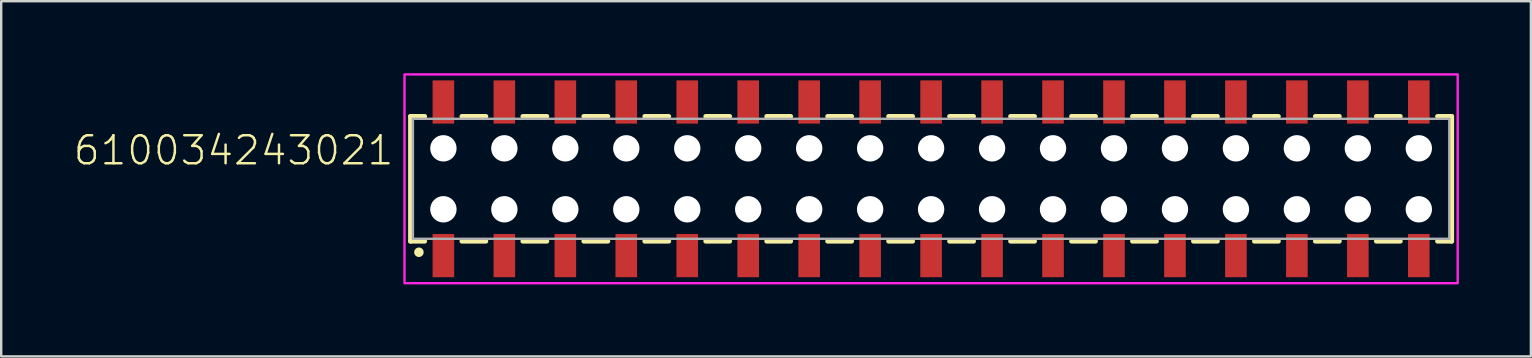
<source format=kicad_pcb>
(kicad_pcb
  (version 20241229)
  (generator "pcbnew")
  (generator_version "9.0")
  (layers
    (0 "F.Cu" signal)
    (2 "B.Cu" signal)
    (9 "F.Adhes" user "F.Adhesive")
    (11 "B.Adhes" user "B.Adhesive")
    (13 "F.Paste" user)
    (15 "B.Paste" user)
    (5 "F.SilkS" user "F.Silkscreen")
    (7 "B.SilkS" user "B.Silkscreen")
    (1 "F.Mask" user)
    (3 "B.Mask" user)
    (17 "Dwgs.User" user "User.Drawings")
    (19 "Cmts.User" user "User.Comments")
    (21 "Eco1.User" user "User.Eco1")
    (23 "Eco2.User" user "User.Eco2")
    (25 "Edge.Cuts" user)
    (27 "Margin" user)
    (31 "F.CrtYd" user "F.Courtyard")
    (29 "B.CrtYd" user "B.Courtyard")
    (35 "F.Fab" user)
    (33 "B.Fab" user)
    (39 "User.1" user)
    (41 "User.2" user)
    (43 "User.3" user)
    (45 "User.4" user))
  (footprint "610034243021"
    (layer "F.Cu")
    (at 35.744 4.4)
    (property "Reference" "610034243021" (at -22.32 -0.5 0) (unlocked yes) (layer "F.SilkS") (effects (font (size 1.168 1.168) (thickness 0.102)) (justify right bottom)))
    (fp_line (start -21.69 -2.6) (end -21.69 2.6) (stroke (width 0.2) (type solid)) (layer "F.SilkS"))
    (fp_line (start -21.69 2.6) (end -21.1 2.6) (stroke (width 0.2) (type solid)) (layer "F.SilkS"))
    (fp_line (start -21.1 -2.6) (end -21.69 -2.6) (stroke (width 0.2) (type solid)) (layer "F.SilkS"))
    (fp_line (start -19.55 2.6) (end -18.55 2.6) (stroke (width 0.2) (type solid)) (layer "F.SilkS"))
    (fp_line (start -18.55 -2.6) (end -19.55 -2.6) (stroke (width 0.2) (type solid)) (layer "F.SilkS"))
    (fp_line (start -17.01 2.6) (end -16.01 2.6) (stroke (width 0.2) (type solid)) (layer "F.SilkS"))
    (fp_line (start -16.01 -2.6) (end -17.01 -2.6) (stroke (width 0.2) (type solid)) (layer "F.SilkS"))
    (fp_line (start -14.47 2.6) (end -13.47 2.6) (stroke (width 0.2) (type solid)) (layer "F.SilkS"))
    (fp_line (start -13.47 -2.6) (end -14.47 -2.6) (stroke (width 0.2) (type solid)) (layer "F.SilkS"))
    (fp_line (start -11.93 2.6) (end -10.93 2.6) (stroke (width 0.2) (type solid)) (layer "F.SilkS"))
    (fp_line (start -10.93 -2.6) (end -11.93 -2.6) (stroke (width 0.2) (type solid)) (layer "F.SilkS"))
    (fp_line (start -9.39 2.6) (end -8.39 2.6) (stroke (width 0.2) (type solid)) (layer "F.SilkS"))
    (fp_line (start -8.39 -2.6) (end -9.39 -2.6) (stroke (width 0.2) (type solid)) (layer "F.SilkS"))
    (fp_line (start -6.85 2.6) (end -5.85 2.6) (stroke (width 0.2) (type solid)) (layer "F.SilkS"))
    (fp_line (start -5.85 -2.6) (end -6.85 -2.6) (stroke (width 0.2) (type solid)) (layer "F.SilkS"))
    (fp_line (start -4.31 2.6) (end -3.31 2.6) (stroke (width 0.2) (type solid)) (layer "F.SilkS"))
    (fp_line (start -3.31 -2.6) (end -4.31 -2.6) (stroke (width 0.2) (type solid)) (layer "F.SilkS"))
    (fp_line (start -1.77 2.6) (end -0.77 2.6) (stroke (width 0.2) (type solid)) (layer "F.SilkS"))
    (fp_line (start -0.77 -2.6) (end -1.77 -2.6) (stroke (width 0.2) (type solid)) (layer "F.SilkS"))
    (fp_line (start 0.77 2.6) (end 1.77 2.6) (stroke (width 0.2) (type solid)) (layer "F.SilkS"))
    (fp_line (start 1.77 -2.6) (end 0.77 -2.6) (stroke (width 0.2) (type solid)) (layer "F.SilkS"))
    (fp_line (start 3.31 2.6) (end 4.31 2.6) (stroke (width 0.2) (type solid)) (layer "F.SilkS"))
    (fp_line (start 4.31 -2.6) (end 3.31 -2.6) (stroke (width 0.2) (type solid)) (layer "F.SilkS"))
    (fp_line (start 5.85 2.6) (end 6.85 2.6) (stroke (width 0.2) (type solid)) (layer "F.SilkS"))
    (fp_line (start 6.85 -2.6) (end 5.85 -2.6) (stroke (width 0.2) (type solid)) (layer "F.SilkS"))
    (fp_line (start 8.39 2.6) (end 9.39 2.6) (stroke (width 0.2) (type solid)) (layer "F.SilkS"))
    (fp_line (start 9.39 -2.6) (end 8.39 -2.6) (stroke (width 0.2) (type solid)) (layer "F.SilkS"))
    (fp_line (start 10.93 2.6) (end 11.93 2.6) (stroke (width 0.2) (type solid)) (layer "F.SilkS"))
    (fp_line (start 11.93 -2.6) (end 10.93 -2.6) (stroke (width 0.2) (type solid)) (layer "F.SilkS"))
    (fp_line (start 13.47 2.6) (end 14.47 2.6) (stroke (width 0.2) (type solid)) (layer "F.SilkS"))
    (fp_line (start 14.47 -2.6) (end 13.47 -2.6) (stroke (width 0.2) (type solid)) (layer "F.SilkS"))
    (fp_line (start 16.01 2.6) (end 17.01 2.6) (stroke (width 0.2) (type solid)) (layer "F.SilkS"))
    (fp_line (start 17.01 -2.6) (end 16.01 -2.6) (stroke (width 0.2) (type solid)) (layer "F.SilkS"))
    (fp_line (start 18.55 2.6) (end 19.55 2.6) (stroke (width 0.2) (type solid)) (layer "F.SilkS"))
    (fp_line (start 19.55 -2.6) (end 18.55 -2.6) (stroke (width 0.2) (type solid)) (layer "F.SilkS"))
    (fp_line (start 21.1 -2.6) (end 21.69 -2.6) (stroke (width 0.2) (type solid)) (layer "F.SilkS"))
    (fp_line (start 21.69 -2.6) (end 21.69 2.6) (stroke (width 0.2) (type solid)) (layer "F.SilkS"))
    (fp_line (start 21.69 2.6) (end 21.1 2.6) (stroke (width 0.2) (type solid)) (layer "F.SilkS"))
    (fp_circle (center -21.34 3.06) (end -21.24 3.06) (stroke (width 0.2) (type solid)) (fill no) (layer "F.SilkS"))
    (fp_poly (pts (xy 21.94 4.35) (xy -21.94 4.35) (xy -21.94 -4.35) (xy 21.94 -4.35)) (stroke (width 0.1) (type default)) (fill no) (layer "F.CrtYd"))
    (fp_line (start -21.59 -2.5) (end -21.59 2.5) (stroke (width 0.1) (type solid)) (layer "F.Fab"))
    (fp_line (start -21.59 -2.5) (end 21.59 -2.5) (stroke (width 0.1) (type solid)) (layer "F.Fab"))
    (fp_line (start -21.59 2.5) (end 21.59 2.5) (stroke (width 0.1) (type solid)) (layer "F.Fab"))
    (fp_line (start 21.59 2.5) (end 21.59 -2.5) (stroke (width 0.1) (type solid)) (layer "F.Fab"))
    (pad "" np_thru_hole circle (at -20.32 -1.27) (size 1.1 1.1) (drill 1.1) (layers "*.Cu" "*.Mask"))
    (pad "" np_thru_hole circle (at -20.32 1.27) (size 1.1 1.1) (drill 1.1) (layers "*.Cu" "*.Mask"))
    (pad "" np_thru_hole circle (at -17.78 -1.27) (size 1.1 1.1) (drill 1.1) (layers "*.Cu" "*.Mask"))
    (pad "" np_thru_hole circle (at -17.78 1.27) (size 1.1 1.1) (drill 1.1) (layers "*.Cu" "*.Mask"))
    (pad "" np_thru_hole circle (at -15.24 -1.27) (size 1.1 1.1) (drill 1.1) (layers "*.Cu" "*.Mask"))
    (pad "" np_thru_hole circle (at -15.24 1.27) (size 1.1 1.1) (drill 1.1) (layers "*.Cu" "*.Mask"))
    (pad "" np_thru_hole circle (at -12.7 -1.27) (size 1.1 1.1) (drill 1.1) (layers "*.Cu" "*.Mask"))
    (pad "" np_thru_hole circle (at -12.7 1.27) (size 1.1 1.1) (drill 1.1) (layers "*.Cu" "*.Mask"))
    (pad "" np_thru_hole circle (at -10.16 -1.27) (size 1.1 1.1) (drill 1.1) (layers "*.Cu" "*.Mask"))
    (pad "" np_thru_hole circle (at -10.16 1.27) (size 1.1 1.1) (drill 1.1) (layers "*.Cu" "*.Mask"))
    (pad "" np_thru_hole circle (at -7.62 -1.27) (size 1.1 1.1) (drill 1.1) (layers "*.Cu" "*.Mask"))
    (pad "" np_thru_hole circle (at -7.62 1.27) (size 1.1 1.1) (drill 1.1) (layers "*.Cu" "*.Mask"))
    (pad "" np_thru_hole circle (at -5.08 -1.27) (size 1.1 1.1) (drill 1.1) (layers "*.Cu" "*.Mask"))
    (pad "" np_thru_hole circle (at -5.08 1.27) (size 1.1 1.1) (drill 1.1) (layers "*.Cu" "*.Mask"))
    (pad "" np_thru_hole circle (at -2.54 -1.27) (size 1.1 1.1) (drill 1.1) (layers "*.Cu" "*.Mask"))
    (pad "" np_thru_hole circle (at -2.54 1.27) (size 1.1 1.1) (drill 1.1) (layers "*.Cu" "*.Mask"))
    (pad "" np_thru_hole circle (at 0 -1.27) (size 1.1 1.1) (drill 1.1) (layers "*.Cu" "*.Mask"))
    (pad "" np_thru_hole circle (at 0 1.27) (size 1.1 1.1) (drill 1.1) (layers "*.Cu" "*.Mask"))
    (pad "" np_thru_hole circle (at 2.54 -1.27) (size 1.1 1.1) (drill 1.1) (layers "*.Cu" "*.Mask"))
    (pad "" np_thru_hole circle (at 2.54 1.27) (size 1.1 1.1) (drill 1.1) (layers "*.Cu" "*.Mask"))
    (pad "" np_thru_hole circle (at 5.08 -1.27) (size 1.1 1.1) (drill 1.1) (layers "*.Cu" "*.Mask"))
    (pad "" np_thru_hole circle (at 5.08 1.27) (size 1.1 1.1) (drill 1.1) (layers "*.Cu" "*.Mask"))
    (pad "" np_thru_hole circle (at 7.62 -1.27) (size 1.1 1.1) (drill 1.1) (layers "*.Cu" "*.Mask"))
    (pad "" np_thru_hole circle (at 7.62 1.27) (size 1.1 1.1) (drill 1.1) (layers "*.Cu" "*.Mask"))
    (pad "" np_thru_hole circle (at 10.16 -1.27) (size 1.1 1.1) (drill 1.1) (layers "*.Cu" "*.Mask"))
    (pad "" np_thru_hole circle (at 10.16 1.27) (size 1.1 1.1) (drill 1.1) (layers "*.Cu" "*.Mask"))
    (pad "" np_thru_hole circle (at 12.7 -1.27) (size 1.1 1.1) (drill 1.1) (layers "*.Cu" "*.Mask"))
    (pad "" np_thru_hole circle (at 12.7 1.27) (size 1.1 1.1) (drill 1.1) (layers "*.Cu" "*.Mask"))
    (pad "" np_thru_hole circle (at 15.24 -1.27) (size 1.1 1.1) (drill 1.1) (layers "*.Cu" "*.Mask"))
    (pad "" np_thru_hole circle (at 15.24 1.27) (size 1.1 1.1) (drill 1.1) (layers "*.Cu" "*.Mask"))
    (pad "" np_thru_hole circle (at 17.78 -1.27) (size 1.1 1.1) (drill 1.1) (layers "*.Cu" "*.Mask"))
    (pad "" np_thru_hole circle (at 17.78 1.27) (size 1.1 1.1) (drill 1.1) (layers "*.Cu" "*.Mask"))
    (pad "" np_thru_hole circle (at 20.32 -1.27) (size 1.1 1.1) (drill 1.1) (layers "*.Cu" "*.Mask"))
    (pad "" np_thru_hole circle (at 20.32 1.27) (size 1.1 1.1) (drill 1.1) (layers "*.Cu" "*.Mask"))
    (pad "1" smd rect (at -20.32 3.2 90) (size 1.8 0.9) (layers "F.Cu" "F.Mask" "F.Paste"))
    (pad "2" smd rect (at -20.32 -3.2 90) (size 1.8 0.9) (layers "F.Cu" "F.Mask" "F.Paste"))
    (pad "3" smd rect (at -17.78 3.2 90) (size 1.8 0.9) (layers "F.Cu" "F.Mask" "F.Paste"))
    (pad "4" smd rect (at -17.78 -3.2 90) (size 1.8 0.9) (layers "F.Cu" "F.Mask" "F.Paste"))
    (pad "5" smd rect (at -15.24 3.2 90) (size 1.8 0.9) (layers "F.Cu" "F.Mask" "F.Paste"))
    (pad "6" smd rect (at -15.24 -3.2 90) (size 1.8 0.9) (layers "F.Cu" "F.Mask" "F.Paste"))
    (pad "7" smd rect (at -12.7 3.2 90) (size 1.8 0.9) (layers "F.Cu" "F.Mask" "F.Paste"))
    (pad "8" smd rect (at -12.7 -3.2 90) (size 1.8 0.9) (layers "F.Cu" "F.Mask" "F.Paste"))
    (pad "9" smd rect (at -10.16 3.2 90) (size 1.8 0.9) (layers "F.Cu" "F.Mask" "F.Paste"))
    (pad "10" smd rect (at -10.16 -3.2 90) (size 1.8 0.9) (layers "F.Cu" "F.Mask" "F.Paste"))
    (pad "11" smd rect (at -7.62 3.2 90) (size 1.8 0.9) (layers "F.Cu" "F.Mask" "F.Paste"))
    (pad "12" smd rect (at -7.62 -3.2 90) (size 1.8 0.9) (layers "F.Cu" "F.Mask" "F.Paste"))
    (pad "13" smd rect (at -5.08 3.2 90) (size 1.8 0.9) (layers "F.Cu" "F.Mask" "F.Paste"))
    (pad "14" smd rect (at -5.08 -3.2 90) (size 1.8 0.9) (layers "F.Cu" "F.Mask" "F.Paste"))
    (pad "15" smd rect (at -2.54 3.2 90) (size 1.8 0.9) (layers "F.Cu" "F.Mask" "F.Paste"))
    (pad "16" smd rect (at -2.54 -3.2 90) (size 1.8 0.9) (layers "F.Cu" "F.Mask" "F.Paste"))
    (pad "17" smd rect (at 0 3.2 90) (size 1.8 0.9) (layers "F.Cu" "F.Mask" "F.Paste"))
    (pad "18" smd rect (at 0 -3.2 90) (size 1.8 0.9) (layers "F.Cu" "F.Mask" "F.Paste"))
    (pad "19" smd rect (at 2.54 3.2 90) (size 1.8 0.9) (layers "F.Cu" "F.Mask" "F.Paste"))
    (pad "20" smd rect (at 2.54 -3.2 90) (size 1.8 0.9) (layers "F.Cu" "F.Mask" "F.Paste"))
    (pad "21" smd rect (at 5.08 3.2 90) (size 1.8 0.9) (layers "F.Cu" "F.Mask" "F.Paste"))
    (pad "22" smd rect (at 5.08 -3.2 90) (size 1.8 0.9) (layers "F.Cu" "F.Mask" "F.Paste"))
    (pad "23" smd rect (at 7.62 3.2 90) (size 1.8 0.9) (layers "F.Cu" "F.Mask" "F.Paste"))
    (pad "24" smd rect (at 7.62 -3.2 90) (size 1.8 0.9) (layers "F.Cu" "F.Mask" "F.Paste"))
    (pad "25" smd rect (at 10.16 3.2 90) (size 1.8 0.9) (layers "F.Cu" "F.Mask" "F.Paste"))
    (pad "26" smd rect (at 10.16 -3.2 90) (size 1.8 0.9) (layers "F.Cu" "F.Mask" "F.Paste"))
    (pad "27" smd rect (at 12.7 3.2 90) (size 1.8 0.9) (layers "F.Cu" "F.Mask" "F.Paste"))
    (pad "28" smd rect (at 12.7 -3.2 90) (size 1.8 0.9) (layers "F.Cu" "F.Mask" "F.Paste"))
    (pad "29" smd rect (at 15.24 3.2 90) (size 1.8 0.9) (layers "F.Cu" "F.Mask" "F.Paste"))
    (pad "30" smd rect (at 15.24 -3.2 90) (size 1.8 0.9) (layers "F.Cu" "F.Mask" "F.Paste"))
    (pad "31" smd rect (at 17.78 3.2 90) (size 1.8 0.9) (layers "F.Cu" "F.Mask" "F.Paste"))
    (pad "32" smd rect (at 17.78 -3.2 90) (size 1.8 0.9) (layers "F.Cu" "F.Mask" "F.Paste"))
    (pad "33" smd rect (at 20.32 3.2 90) (size 1.8 0.9) (layers "F.Cu" "F.Mask" "F.Paste"))
    (pad "34" smd rect (at 20.32 -3.2 90) (size 1.8 0.9) (layers "F.Cu" "F.Mask" "F.Paste")))
  (gr_rect
    (start -3 -3)
    (end 60.734 11.8)
    (stroke (width 0.1) (type default))
    (fill no)
    (layer "Edge.Cuts")))
</source>
